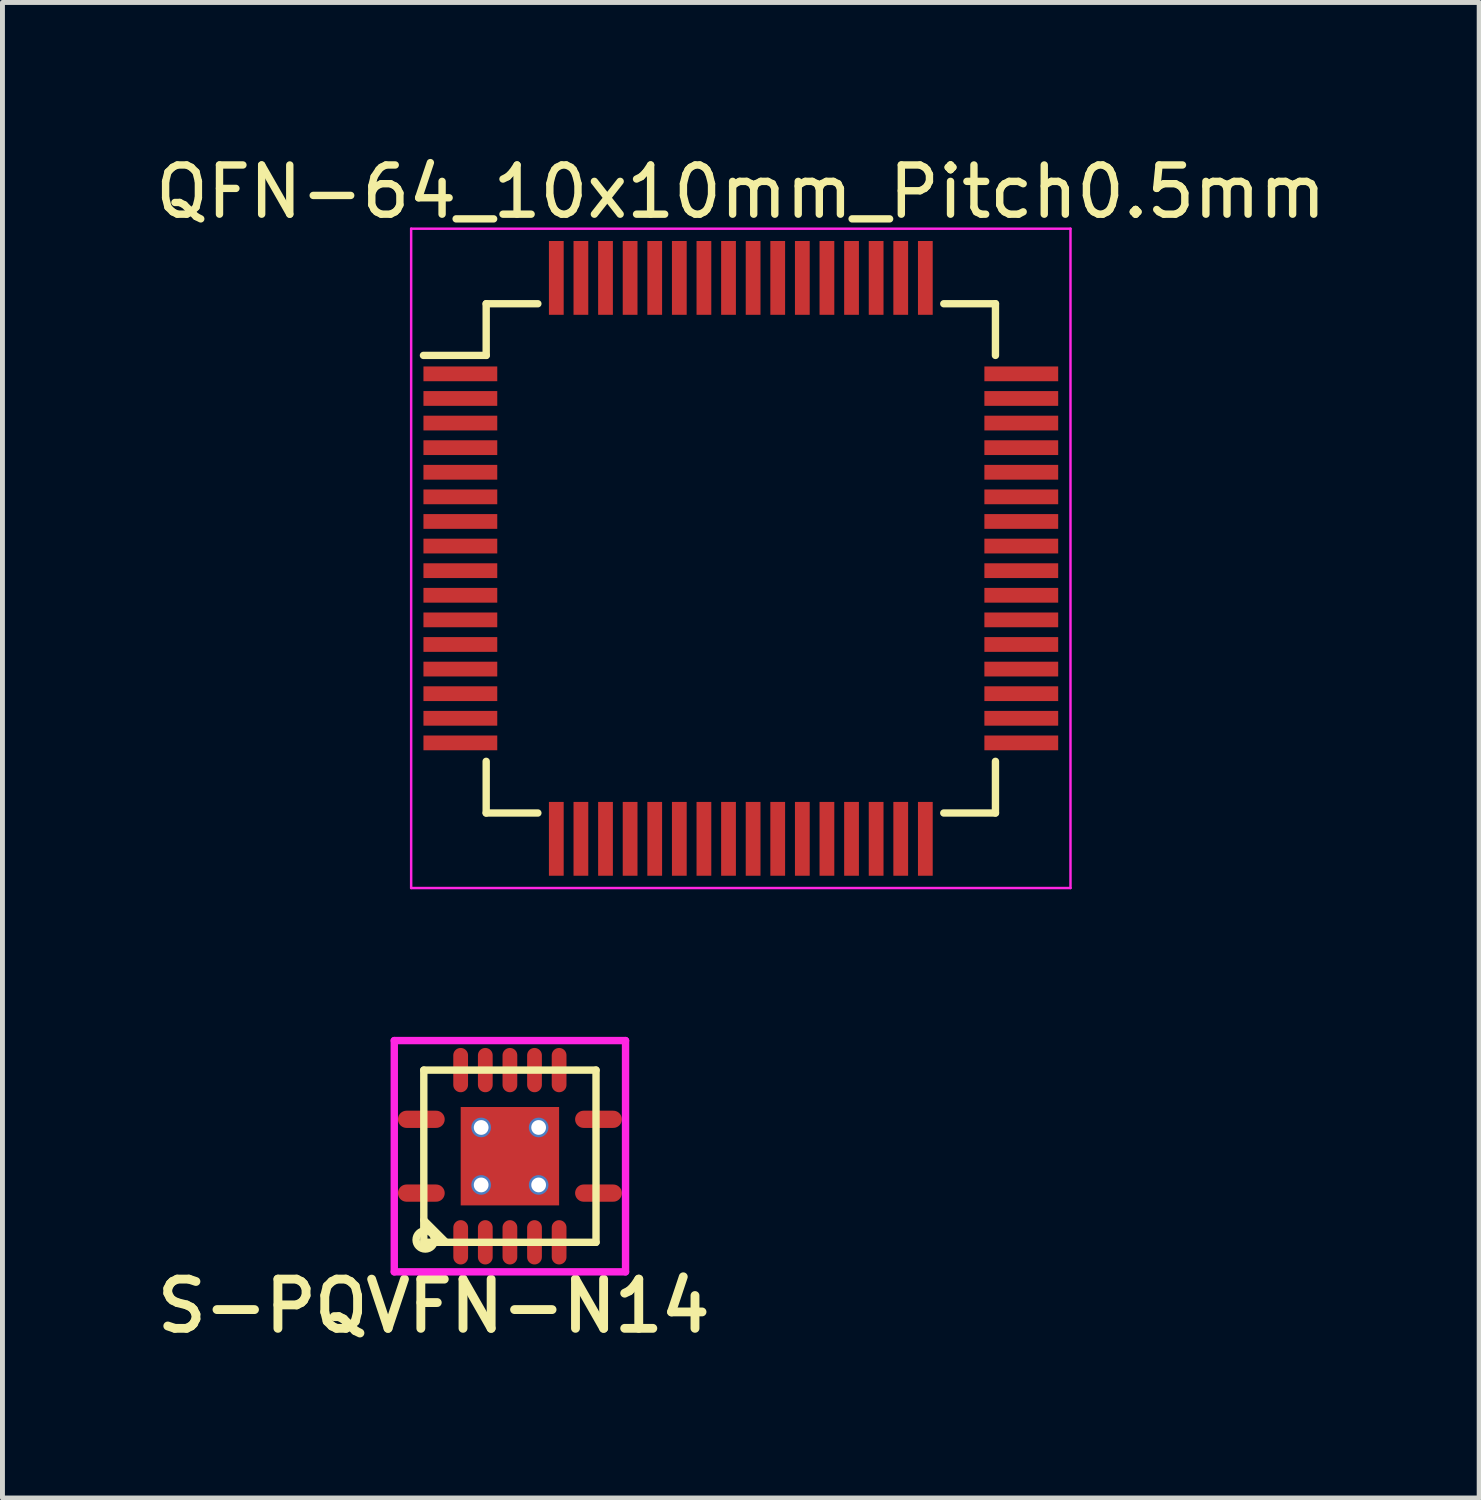
<source format=kicad_pcb>
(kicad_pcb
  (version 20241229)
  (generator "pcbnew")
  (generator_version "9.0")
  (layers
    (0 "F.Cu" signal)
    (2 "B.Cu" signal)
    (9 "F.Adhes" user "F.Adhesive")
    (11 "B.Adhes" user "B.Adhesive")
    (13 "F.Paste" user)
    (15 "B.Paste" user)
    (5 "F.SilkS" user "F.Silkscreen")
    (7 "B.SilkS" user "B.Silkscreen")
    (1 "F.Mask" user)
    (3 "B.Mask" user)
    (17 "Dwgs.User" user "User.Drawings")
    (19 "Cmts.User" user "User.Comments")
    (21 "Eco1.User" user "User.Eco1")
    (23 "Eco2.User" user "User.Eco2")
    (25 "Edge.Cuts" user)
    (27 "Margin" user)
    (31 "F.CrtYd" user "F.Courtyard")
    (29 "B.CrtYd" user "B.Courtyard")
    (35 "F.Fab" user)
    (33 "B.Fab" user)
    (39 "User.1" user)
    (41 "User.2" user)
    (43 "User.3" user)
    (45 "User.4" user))
  (footprint "S-PQVFN-N14"
    (layer "F.Cu")
    (at 7.313 20.448)
    (property "Reference" "S-PQVFN-N14" (at -1.548 3.045 0) (layer "F.SilkS") (effects (font (size 1 1) (thickness 0.18))))
    (attr smd)
    (fp_line (start -1.75 -1.75) (end -1.75 1.75) (stroke (width 0.15) (type solid)) (layer "F.SilkS"))
    (fp_line (start -1.75 1.75) (end 1.75 1.75) (stroke (width 0.15) (type solid)) (layer "F.SilkS"))
    (fp_line (start -1.3 1.75) (end -1.75 1.3) (stroke (width 0.15) (type solid)) (layer "F.SilkS"))
    (fp_line (start 1.75 -1.75) (end -1.75 -1.75) (stroke (width 0.15) (type solid)) (layer "F.SilkS"))
    (fp_line (start 1.75 1.75) (end 1.75 -1.75) (stroke (width 0.15) (type solid)) (layer "F.SilkS"))
    (fp_circle (center -1.72 1.7) (end -1.72 1.886) (stroke (width 0.152) (type solid)) (fill no) (layer "F.SilkS"))
    (fp_line (start -2.35 -2.35) (end 2.35 -2.35) (stroke (width 0.15) (type solid)) (layer "F.CrtYd"))
    (fp_line (start -2.35 2.35) (end -2.35 -2.35) (stroke (width 0.15) (type solid)) (layer "F.CrtYd"))
    (fp_line (start 2.35 -2.35) (end 2.35 2.35) (stroke (width 0.15) (type solid)) (layer "F.CrtYd"))
    (fp_line (start 2.35 2.35) (end -2.35 2.35) (stroke (width 0.15) (type solid)) (layer "F.CrtYd"))
    (pad "" smd circle (at 0 -0.7 270) (size 0.559 0.559) (layers "F.Paste"))
    (pad "" smd oval (at 0 0) (size 1.9 0.65) (layers "F.Paste"))
    (pad "" smd circle (at 0 0.711 270) (size 0.559 0.559) (layers "F.Paste"))
    (pad "1" smd oval (at -1.8 0.75) (size 0.95 0.35) (layers "F.Cu" "F.Mask" "F.Paste"))
    (pad "2" smd oval (at -1 1.75 90) (size 0.9 0.3) (layers "F.Cu" "F.Mask" "F.Paste"))
    (pad "3" smd oval (at -0.5 1.75) (size 0.3 0.9) (layers "F.Cu" "F.Mask" "F.Paste"))
    (pad "4" smd oval (at 0 1.75) (size 0.3 0.9) (layers "F.Cu" "F.Mask" "F.Paste"))
    (pad "5" smd oval (at 0.5 1.75) (size 0.3 0.9) (layers "F.Cu" "F.Mask" "F.Paste"))
    (pad "6" smd oval (at 1 1.75) (size 0.3 0.9) (layers "F.Cu" "F.Mask" "F.Paste"))
    (pad "7" smd oval (at 1.8 0.75) (size 0.95 0.35) (layers "F.Cu" "F.Mask" "F.Paste"))
    (pad "8" smd oval (at 1.8 -0.75) (size 0.95 0.35) (layers "F.Cu" "F.Mask" "F.Paste"))
    (pad "9" smd oval (at 1 -1.75) (size 0.3 0.9) (layers "F.Cu" "F.Mask" "F.Paste"))
    (pad "10" smd oval (at 0.5 -1.75) (size 0.3 0.9) (layers "F.Cu" "F.Mask" "F.Paste"))
    (pad "11" smd oval (at 0 -1.75) (size 0.3 0.9) (layers "F.Cu" "F.Mask" "F.Paste"))
    (pad "12" smd oval (at -0.5 -1.75) (size 0.3 0.9) (layers "F.Cu" "F.Mask" "F.Paste"))
    (pad "13" smd oval (at -1.001 -1.75) (size 0.3 0.9) (layers "F.Cu" "F.Mask" "F.Paste"))
    (pad "14" smd oval (at -1.8 -0.75) (size 0.95 0.35) (layers "F.Cu" "F.Mask" "F.Paste"))
    (pad "EP" thru_hole circle (at -0.584 -0.584 90) (size 0.399 0.399) (drill 0.3) (layers "*.Cu"))
    (pad "EP" thru_hole circle (at -0.584 0.584 90) (size 0.399 0.399) (drill 0.3) (layers "*.Cu"))
    (pad "EP" smd rect (at 0 0 270) (size 2 2) (layers "F.Cu" "F.Mask"))
    (pad "EP" thru_hole circle (at 0.584 -0.584 90) (size 0.399 0.399) (drill 0.3) (layers "*.Cu"))
    (pad "EP" thru_hole circle (at 0.584 0.584 90) (size 0.399 0.399) (drill 0.3) (layers "*.Cu")))
  (footprint "QFN-64_10x10mm_Pitch0.5mm"
    (layer "F.Cu")
    (at 12.006 8.298)
    (property "Reference" "QFN-64_10x10mm_Pitch0.5mm" (at 0 -7.45 0) (layer "F.SilkS") (effects (font (size 1 1) (thickness 0.15))))
    (attr smd)
    (fp_line (start -5.175 -5.175) (end -5.175 -4.125) (stroke (width 0.15) (type solid)) (layer "F.SilkS"))
    (fp_line (start -5.175 -5.175) (end -4.125 -5.175) (stroke (width 0.15) (type solid)) (layer "F.SilkS"))
    (fp_line (start -5.175 -4.125) (end -6.45 -4.125) (stroke (width 0.15) (type solid)) (layer "F.SilkS"))
    (fp_line (start -5.175 5.175) (end -5.175 4.125) (stroke (width 0.15) (type solid)) (layer "F.SilkS"))
    (fp_line (start -5.175 5.175) (end -4.125 5.175) (stroke (width 0.15) (type solid)) (layer "F.SilkS"))
    (fp_line (start 5.175 -5.175) (end 4.125 -5.175) (stroke (width 0.15) (type solid)) (layer "F.SilkS"))
    (fp_line (start 5.175 -5.175) (end 5.175 -4.125) (stroke (width 0.15) (type solid)) (layer "F.SilkS"))
    (fp_line (start 5.175 5.175) (end 4.125 5.175) (stroke (width 0.15) (type solid)) (layer "F.SilkS"))
    (fp_line (start 5.175 5.175) (end 5.175 4.125) (stroke (width 0.15) (type solid)) (layer "F.SilkS"))
    (fp_line (start -6.7 -6.7) (end -6.7 6.7) (stroke (width 0.05) (type solid)) (layer "F.CrtYd"))
    (fp_line (start -6.7 -6.7) (end 6.7 -6.7) (stroke (width 0.05) (type solid)) (layer "F.CrtYd"))
    (fp_line (start -6.7 6.7) (end 6.7 6.7) (stroke (width 0.05) (type solid)) (layer "F.CrtYd"))
    (fp_line (start 6.7 -6.7) (end 6.7 6.7) (stroke (width 0.05) (type solid)) (layer "F.CrtYd"))
    (pad "1" smd rect (at -5.7 -3.75) (size 1.5 0.3) (layers "F.Cu" "F.Mask" "F.Paste"))
    (pad "2" smd rect (at -5.7 -3.25) (size 1.5 0.3) (layers "F.Cu" "F.Mask" "F.Paste"))
    (pad "3" smd rect (at -5.7 -2.75) (size 1.5 0.3) (layers "F.Cu" "F.Mask" "F.Paste"))
    (pad "4" smd rect (at -5.7 -2.25) (size 1.5 0.3) (layers "F.Cu" "F.Mask" "F.Paste"))
    (pad "5" smd rect (at -5.7 -1.75) (size 1.5 0.3) (layers "F.Cu" "F.Mask" "F.Paste"))
    (pad "6" smd rect (at -5.7 -1.25) (size 1.5 0.3) (layers "F.Cu" "F.Mask" "F.Paste"))
    (pad "7" smd rect (at -5.7 -0.75) (size 1.5 0.3) (layers "F.Cu" "F.Mask" "F.Paste"))
    (pad "8" smd rect (at -5.7 -0.25) (size 1.5 0.3) (layers "F.Cu" "F.Mask" "F.Paste"))
    (pad "9" smd rect (at -5.7 0.25) (size 1.5 0.3) (layers "F.Cu" "F.Mask" "F.Paste"))
    (pad "10" smd rect (at -5.7 0.75) (size 1.5 0.3) (layers "F.Cu" "F.Mask" "F.Paste"))
    (pad "11" smd rect (at -5.7 1.25) (size 1.5 0.3) (layers "F.Cu" "F.Mask" "F.Paste"))
    (pad "12" smd rect (at -5.7 1.75) (size 1.5 0.3) (layers "F.Cu" "F.Mask" "F.Paste"))
    (pad "13" smd rect (at -5.7 2.25) (size 1.5 0.3) (layers "F.Cu" "F.Mask" "F.Paste"))
    (pad "14" smd rect (at -5.7 2.75) (size 1.5 0.3) (layers "F.Cu" "F.Mask" "F.Paste"))
    (pad "15" smd rect (at -5.7 3.25) (size 1.5 0.3) (layers "F.Cu" "F.Mask" "F.Paste"))
    (pad "16" smd rect (at -5.7 3.75) (size 1.5 0.3) (layers "F.Cu" "F.Mask" "F.Paste"))
    (pad "17" smd rect (at -3.75 5.7 90) (size 1.5 0.3) (layers "F.Cu" "F.Mask" "F.Paste"))
    (pad "18" smd rect (at -3.25 5.7 90) (size 1.5 0.3) (layers "F.Cu" "F.Mask" "F.Paste"))
    (pad "19" smd rect (at -2.75 5.7 90) (size 1.5 0.3) (layers "F.Cu" "F.Mask" "F.Paste"))
    (pad "20" smd rect (at -2.25 5.7 90) (size 1.5 0.3) (layers "F.Cu" "F.Mask" "F.Paste"))
    (pad "21" smd rect (at -1.75 5.7 90) (size 1.5 0.3) (layers "F.Cu" "F.Mask" "F.Paste"))
    (pad "22" smd rect (at -1.25 5.7 90) (size 1.5 0.3) (layers "F.Cu" "F.Mask" "F.Paste"))
    (pad "23" smd rect (at -0.75 5.7 90) (size 1.5 0.3) (layers "F.Cu" "F.Mask" "F.Paste"))
    (pad "24" smd rect (at -0.25 5.7 90) (size 1.5 0.3) (layers "F.Cu" "F.Mask" "F.Paste"))
    (pad "25" smd rect (at 0.25 5.7 90) (size 1.5 0.3) (layers "F.Cu" "F.Mask" "F.Paste"))
    (pad "26" smd rect (at 0.75 5.7 90) (size 1.5 0.3) (layers "F.Cu" "F.Mask" "F.Paste"))
    (pad "27" smd rect (at 1.25 5.7 90) (size 1.5 0.3) (layers "F.Cu" "F.Mask" "F.Paste"))
    (pad "28" smd rect (at 1.75 5.7 90) (size 1.5 0.3) (layers "F.Cu" "F.Mask" "F.Paste"))
    (pad "29" smd rect (at 2.25 5.7 90) (size 1.5 0.3) (layers "F.Cu" "F.Mask" "F.Paste"))
    (pad "30" smd rect (at 2.75 5.7 90) (size 1.5 0.3) (layers "F.Cu" "F.Mask" "F.Paste"))
    (pad "31" smd rect (at 3.25 5.7 90) (size 1.5 0.3) (layers "F.Cu" "F.Mask" "F.Paste"))
    (pad "32" smd rect (at 3.75 5.7 90) (size 1.5 0.3) (layers "F.Cu" "F.Mask" "F.Paste"))
    (pad "33" smd rect (at 5.7 3.75) (size 1.5 0.3) (layers "F.Cu" "F.Mask" "F.Paste"))
    (pad "34" smd rect (at 5.7 3.25) (size 1.5 0.3) (layers "F.Cu" "F.Mask" "F.Paste"))
    (pad "35" smd rect (at 5.7 2.75) (size 1.5 0.3) (layers "F.Cu" "F.Mask" "F.Paste"))
    (pad "36" smd rect (at 5.7 2.25) (size 1.5 0.3) (layers "F.Cu" "F.Mask" "F.Paste"))
    (pad "37" smd rect (at 5.7 1.75) (size 1.5 0.3) (layers "F.Cu" "F.Mask" "F.Paste"))
    (pad "38" smd rect (at 5.7 1.25) (size 1.5 0.3) (layers "F.Cu" "F.Mask" "F.Paste"))
    (pad "39" smd rect (at 5.7 0.75) (size 1.5 0.3) (layers "F.Cu" "F.Mask" "F.Paste"))
    (pad "40" smd rect (at 5.7 0.25) (size 1.5 0.3) (layers "F.Cu" "F.Mask" "F.Paste"))
    (pad "41" smd rect (at 5.7 -0.25) (size 1.5 0.3) (layers "F.Cu" "F.Mask" "F.Paste"))
    (pad "42" smd rect (at 5.7 -0.75) (size 1.5 0.3) (layers "F.Cu" "F.Mask" "F.Paste"))
    (pad "43" smd rect (at 5.7 -1.25) (size 1.5 0.3) (layers "F.Cu" "F.Mask" "F.Paste"))
    (pad "44" smd rect (at 5.7 -1.75) (size 1.5 0.3) (layers "F.Cu" "F.Mask" "F.Paste"))
    (pad "45" smd rect (at 5.7 -2.25) (size 1.5 0.3) (layers "F.Cu" "F.Mask" "F.Paste"))
    (pad "46" smd rect (at 5.7 -2.75) (size 1.5 0.3) (layers "F.Cu" "F.Mask" "F.Paste"))
    (pad "47" smd rect (at 5.7 -3.25) (size 1.5 0.3) (layers "F.Cu" "F.Mask" "F.Paste"))
    (pad "48" smd rect (at 5.7 -3.75) (size 1.5 0.3) (layers "F.Cu" "F.Mask" "F.Paste"))
    (pad "49" smd rect (at 3.75 -5.7 90) (size 1.5 0.3) (layers "F.Cu" "F.Mask" "F.Paste"))
    (pad "50" smd rect (at 3.25 -5.7 90) (size 1.5 0.3) (layers "F.Cu" "F.Mask" "F.Paste"))
    (pad "51" smd rect (at 2.75 -5.7 90) (size 1.5 0.3) (layers "F.Cu" "F.Mask" "F.Paste"))
    (pad "52" smd rect (at 2.25 -5.7 90) (size 1.5 0.3) (layers "F.Cu" "F.Mask" "F.Paste"))
    (pad "53" smd rect (at 1.75 -5.7 90) (size 1.5 0.3) (layers "F.Cu" "F.Mask" "F.Paste"))
    (pad "54" smd rect (at 1.25 -5.7 90) (size 1.5 0.3) (layers "F.Cu" "F.Mask" "F.Paste"))
    (pad "55" smd rect (at 0.75 -5.7 90) (size 1.5 0.3) (layers "F.Cu" "F.Mask" "F.Paste"))
    (pad "56" smd rect (at 0.25 -5.7 90) (size 1.5 0.3) (layers "F.Cu" "F.Mask" "F.Paste"))
    (pad "57" smd rect (at -0.25 -5.7 90) (size 1.5 0.3) (layers "F.Cu" "F.Mask" "F.Paste"))
    (pad "58" smd rect (at -0.75 -5.7 90) (size 1.5 0.3) (layers "F.Cu" "F.Mask" "F.Paste"))
    (pad "59" smd rect (at -1.25 -5.7 90) (size 1.5 0.3) (layers "F.Cu" "F.Mask" "F.Paste"))
    (pad "60" smd rect (at -1.75 -5.7 90) (size 1.5 0.3) (layers "F.Cu" "F.Mask" "F.Paste"))
    (pad "61" smd rect (at -2.25 -5.7 90) (size 1.5 0.3) (layers "F.Cu" "F.Mask" "F.Paste"))
    (pad "62" smd rect (at -2.75 -5.7 90) (size 1.5 0.3) (layers "F.Cu" "F.Mask" "F.Paste"))
    (pad "63" smd rect (at -3.25 -5.7 90) (size 1.5 0.3) (layers "F.Cu" "F.Mask" "F.Paste"))
    (pad "64" smd rect (at -3.75 -5.7 90) (size 1.5 0.3) (layers "F.Cu" "F.Mask" "F.Paste")))
  (gr_rect
    (start -3 -3)
    (end 27.012 27.394)
    (stroke (width 0.1) (type default))
    (fill no)
    (layer "Edge.Cuts")))
</source>
